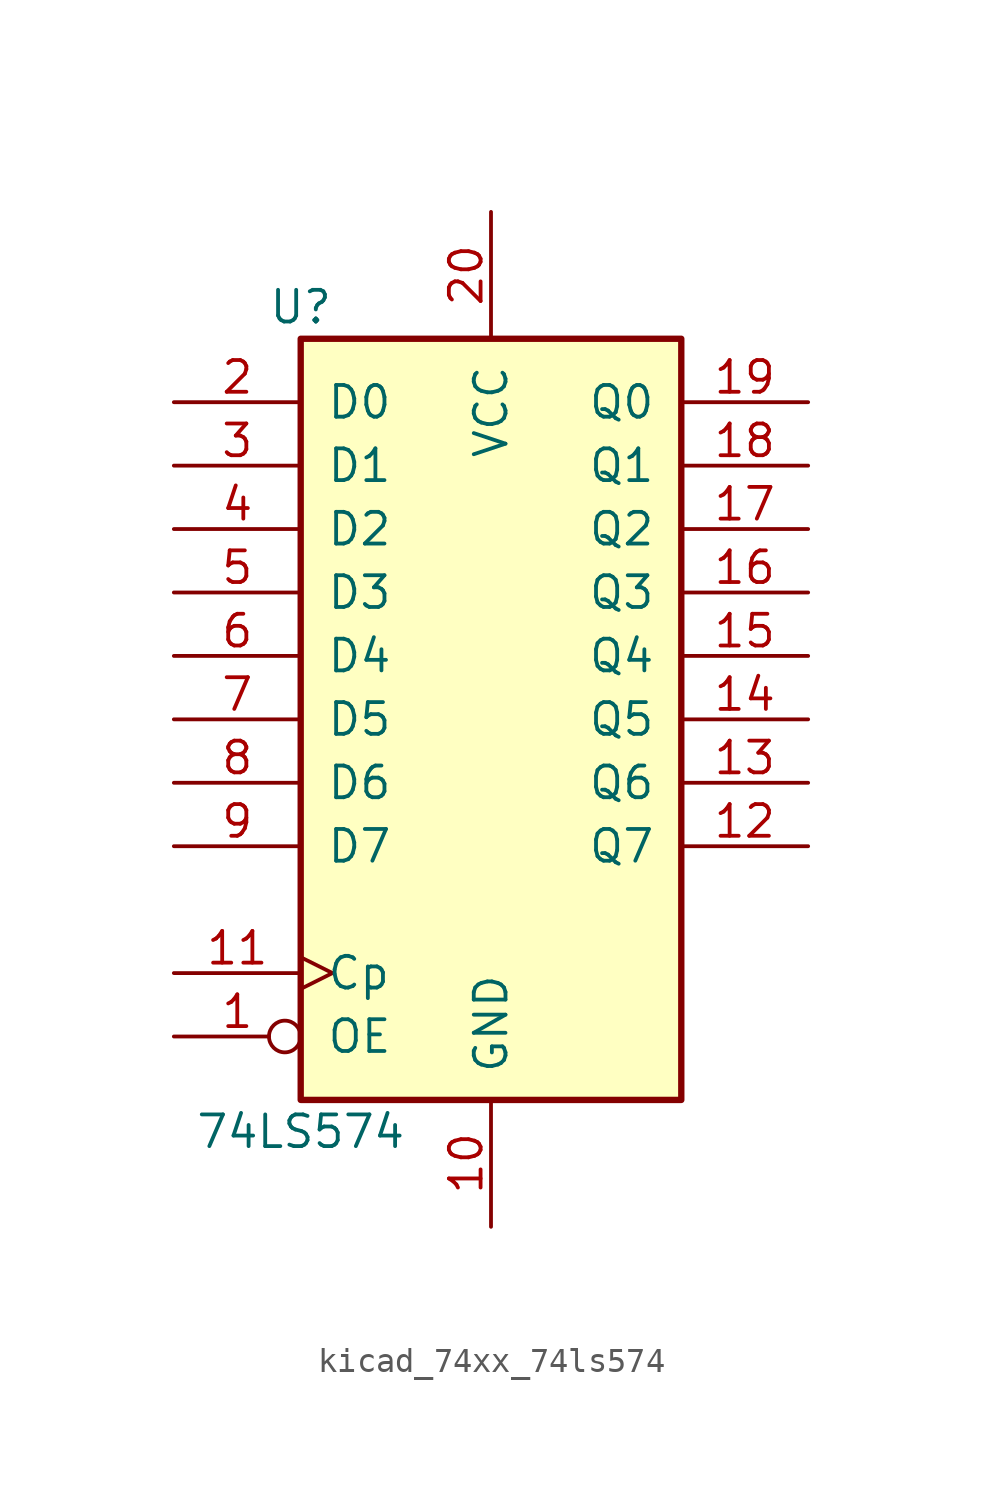
<source format=kicad_sym>
(kicad_symbol_lib
  (version 20220914)
  (generator kicad_symbol_editor)
  (symbol "kicad_74xx_74ls574"
    (pin_names
      (offset 1.016))
    (property "Reference" "U"
      (at -7.62 16.51 0)
      (effects (font (size 1.27 1.27))))
    (property "Value" "74LS574"
      (at -7.62 -16.51 0)
      (effects (font (size 1.27 1.27))))
    (property "ki_locked" ""
      (at 0 0 0)
      (effects (font (size 1.27 1.27))))
    (symbol "kicad_74xx_74ls574_1_0"
      (pin input inverted (at -12.7 -12.7 0) (length 5.08) (name "OE" (effects (font (size 1.27 1.27)))) (number "1" (effects (font (size 1.27 1.27)))))
      (pin power_in line (at 0 -20.32 90) (length 5.08) (name "GND" (effects (font (size 1.27 1.27)))) (number "10" (effects (font (size 1.27 1.27)))))
      (pin input clock (at -12.7 -10.16 0) (length 5.08) (name "Cp" (effects (font (size 1.27 1.27)))) (number "11" (effects (font (size 1.27 1.27)))))
      (pin tri_state line (at 12.7 -5.08 180) (length 5.08) (name "Q7" (effects (font (size 1.27 1.27)))) (number "12" (effects (font (size 1.27 1.27)))))
      (pin tri_state line (at 12.7 -2.54 180) (length 5.08) (name "Q6" (effects (font (size 1.27 1.27)))) (number "13" (effects (font (size 1.27 1.27)))))
      (pin tri_state line (at 12.7 0 180) (length 5.08) (name "Q5" (effects (font (size 1.27 1.27)))) (number "14" (effects (font (size 1.27 1.27)))))
      (pin tri_state line (at 12.7 2.54 180) (length 5.08) (name "Q4" (effects (font (size 1.27 1.27)))) (number "15" (effects (font (size 1.27 1.27)))))
      (pin tri_state line (at 12.7 5.08 180) (length 5.08) (name "Q3" (effects (font (size 1.27 1.27)))) (number "16" (effects (font (size 1.27 1.27)))))
      (pin tri_state line (at 12.7 7.62 180) (length 5.08) (name "Q2" (effects (font (size 1.27 1.27)))) (number "17" (effects (font (size 1.27 1.27)))))
      (pin tri_state line (at 12.7 10.16 180) (length 5.08) (name "Q1" (effects (font (size 1.27 1.27)))) (number "18" (effects (font (size 1.27 1.27)))))
      (pin tri_state line (at 12.7 12.7 180) (length 5.08) (name "Q0" (effects (font (size 1.27 1.27)))) (number "19" (effects (font (size 1.27 1.27)))))
      (pin input line (at -12.7 12.7 0) (length 5.08) (name "D0" (effects (font (size 1.27 1.27)))) (number "2" (effects (font (size 1.27 1.27)))))
      (pin power_in line (at 0 20.32 270) (length 5.08) (name "VCC" (effects (font (size 1.27 1.27)))) (number "20" (effects (font (size 1.27 1.27)))))
      (pin input line (at -12.7 10.16 0) (length 5.08) (name "D1" (effects (font (size 1.27 1.27)))) (number "3" (effects (font (size 1.27 1.27)))))
      (pin input line (at -12.7 7.62 0) (length 5.08) (name "D2" (effects (font (size 1.27 1.27)))) (number "4" (effects (font (size 1.27 1.27)))))
      (pin input line (at -12.7 5.08 0) (length 5.08) (name "D3" (effects (font (size 1.27 1.27)))) (number "5" (effects (font (size 1.27 1.27)))))
      (pin input line (at -12.7 2.54 0) (length 5.08) (name "D4" (effects (font (size 1.27 1.27)))) (number "6" (effects (font (size 1.27 1.27)))))
      (pin input line (at -12.7 0 0) (length 5.08) (name "D5" (effects (font (size 1.27 1.27)))) (number "7" (effects (font (size 1.27 1.27)))))
      (pin input line (at -12.7 -2.54 0) (length 5.08) (name "D6" (effects (font (size 1.27 1.27)))) (number "8" (effects (font (size 1.27 1.27)))))
      (pin input line (at -12.7 -5.08 0) (length 5.08) (name "D7" (effects (font (size 1.27 1.27)))) (number "9" (effects (font (size 1.27 1.27))))))
    (symbol "kicad_74xx_74ls574_1_1"
      (rectangle (start -7.62 15.24) (end 7.62 -15.24) (stroke (width 0.254) (type default)) (fill (type background))))))
</source>
